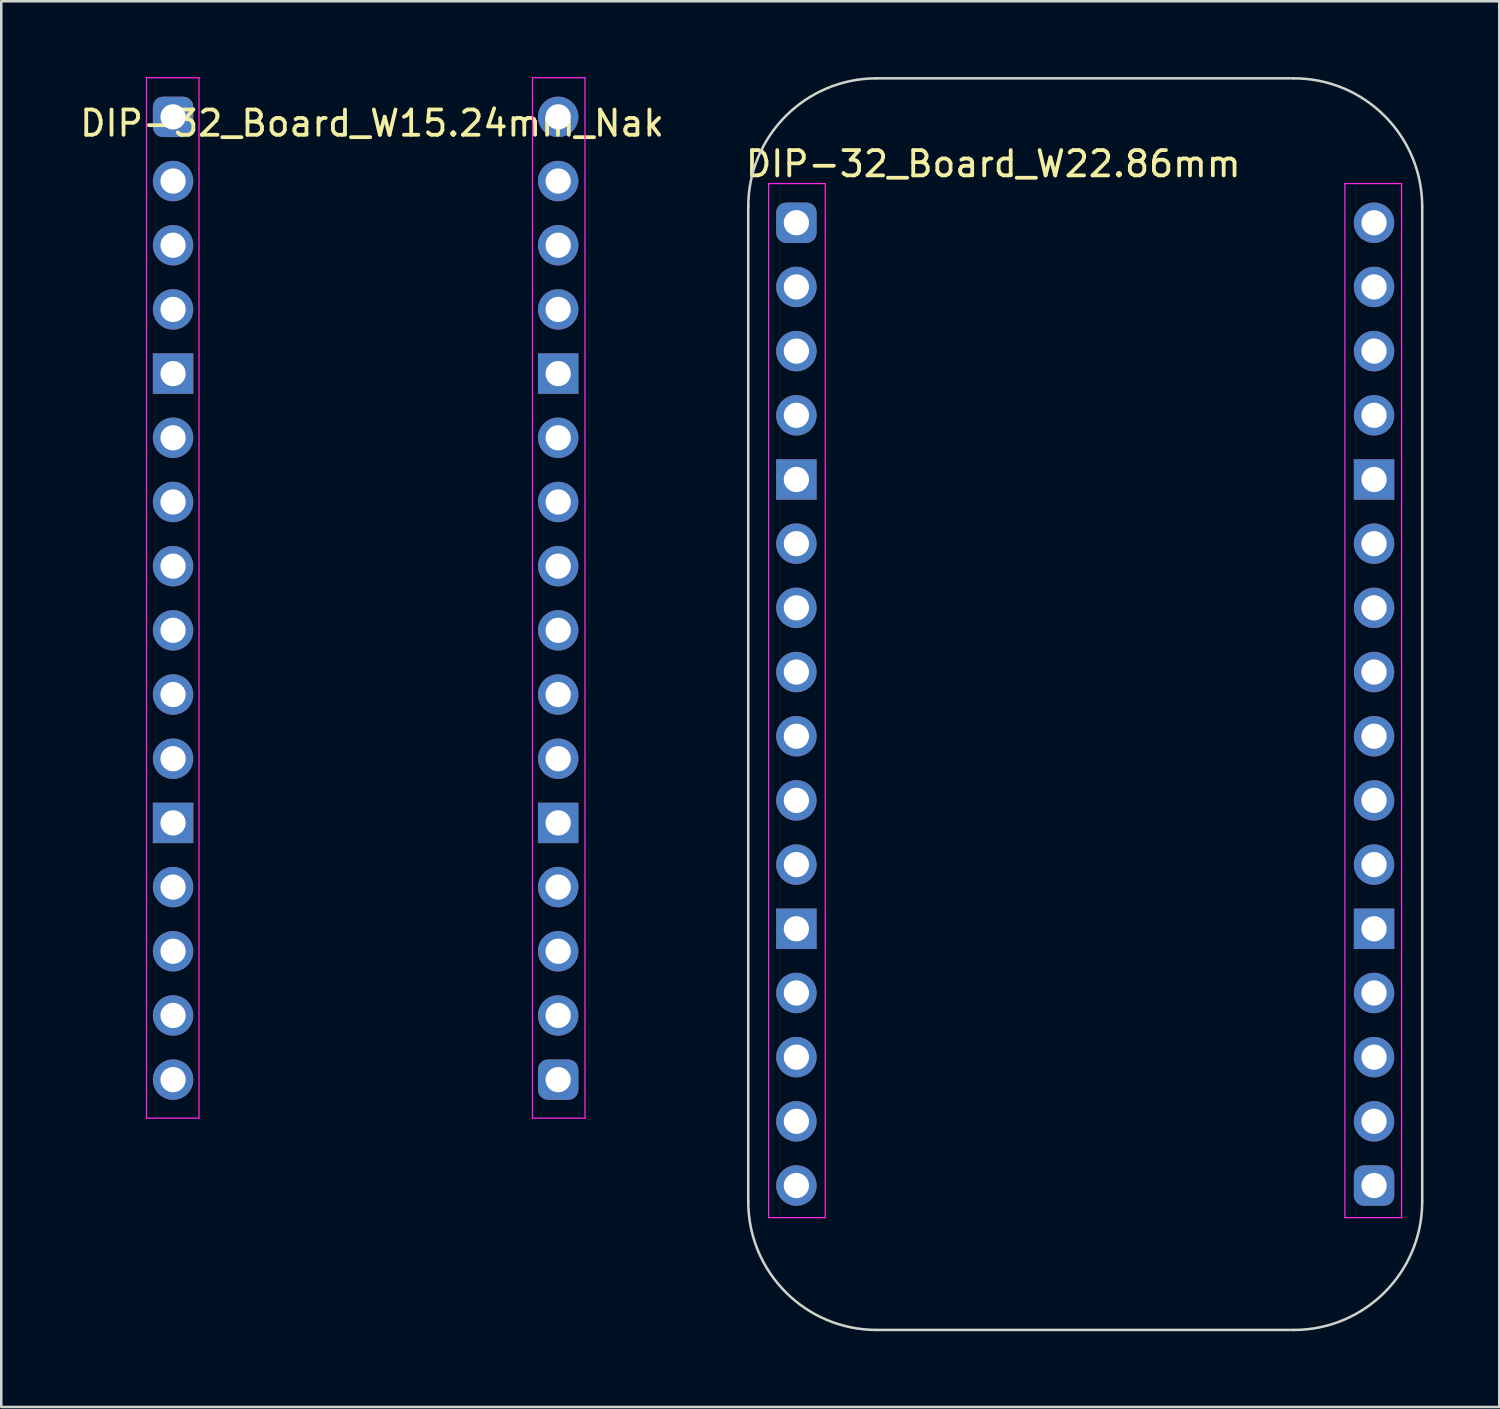
<source format=kicad_pcb>
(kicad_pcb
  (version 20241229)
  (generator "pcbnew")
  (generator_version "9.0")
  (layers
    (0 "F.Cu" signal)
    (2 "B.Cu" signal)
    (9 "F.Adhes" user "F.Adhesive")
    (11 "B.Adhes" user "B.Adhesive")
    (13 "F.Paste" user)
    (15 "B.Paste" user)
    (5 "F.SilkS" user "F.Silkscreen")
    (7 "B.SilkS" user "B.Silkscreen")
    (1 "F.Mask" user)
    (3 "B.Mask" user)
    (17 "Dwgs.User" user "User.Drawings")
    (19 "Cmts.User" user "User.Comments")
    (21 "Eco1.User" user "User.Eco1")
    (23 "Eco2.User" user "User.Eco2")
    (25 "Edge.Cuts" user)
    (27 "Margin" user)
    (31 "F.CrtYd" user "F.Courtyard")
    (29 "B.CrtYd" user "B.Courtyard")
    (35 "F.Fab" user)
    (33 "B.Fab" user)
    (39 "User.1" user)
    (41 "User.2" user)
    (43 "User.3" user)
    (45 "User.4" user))
  (footprint "DIP-32_Board_W22.86mm"
    (layer "F.Cu")
    (at 28.466 5.765)
    (property "Reference" "DIP-32_Board_W22.86mm" (at 7.79 -2.33 0) (layer "F.SilkS") (effects (font (size 1 1) (thickness 0.15))))
    (attr through_hole)
    (fp_line (start -1.905 -0.635) (end -1.905 38.735) (stroke (width 0.1) (type solid)) (layer "Edge.Cuts"))
    (fp_line (start 19.685 -5.715) (end 3.175 -5.715) (stroke (width 0.1) (type solid)) (layer "Edge.Cuts"))
    (fp_line (start 19.685 43.815) (end 3.175 43.815) (stroke (width 0.1) (type solid)) (layer "Edge.Cuts"))
    (fp_line (start 24.765 38.735) (end 24.765 -0.635) (stroke (width 0.1) (type solid)) (layer "Edge.Cuts"))
    (fp_arc (start -1.905 -0.635) (mid -0.417102 -4.227102) (end 3.175 -5.715) (stroke (width 0.1) (type solid)) (layer "Edge.Cuts"))
    (fp_arc (start 3.175 43.815) (mid -0.417102 42.327102) (end -1.905 38.735) (stroke (width 0.1) (type solid)) (layer "Edge.Cuts"))
    (fp_arc (start 19.685 -5.715) (mid 23.277102 -4.227102) (end 24.765 -0.635) (stroke (width 0.1) (type solid)) (layer "Edge.Cuts"))
    (fp_arc (start 24.765 38.735) (mid 23.277103 42.327103) (end 19.685 43.815) (stroke (width 0.1) (type solid)) (layer "Edge.Cuts"))
    (fp_line (start -1.1 -1.55) (end -1.1 39.37) (stroke (width 0.05) (type solid)) (layer "F.CrtYd"))
    (fp_line (start -1.1 39.37) (end 1.143 39.37) (stroke (width 0.05) (type solid)) (layer "F.CrtYd"))
    (fp_line (start 1.143 -1.55) (end -1.1 -1.55) (stroke (width 0.05) (type solid)) (layer "F.CrtYd"))
    (fp_line (start 1.143 39.37) (end 1.143 -1.55) (stroke (width 0.05) (type solid)) (layer "F.CrtYd"))
    (fp_line (start 21.707 -1.55) (end 21.707 39.37) (stroke (width 0.05) (type solid)) (layer "F.CrtYd"))
    (fp_line (start 21.707 39.37) (end 23.95 39.37) (stroke (width 0.05) (type solid)) (layer "F.CrtYd"))
    (fp_line (start 23.95 -1.55) (end 21.707 -1.55) (stroke (width 0.05) (type solid)) (layer "F.CrtYd"))
    (fp_line (start 23.95 39.37) (end 23.95 -1.55) (stroke (width 0.05) (type solid)) (layer "F.CrtYd"))
    (pad "1" thru_hole roundrect (at 0 0) (size 1.6 1.6) (drill 1) (layers "*.Cu" "*.Mask") (roundrect_rratio 0.25))
    (pad "2" thru_hole oval (at 0 2.54) (size 1.6 1.6) (drill 1) (layers "*.Cu" "*.Mask"))
    (pad "3" thru_hole oval (at 0 5.08) (size 1.6 1.6) (drill 1) (layers "*.Cu" "*.Mask"))
    (pad "4" thru_hole oval (at 0 7.62) (size 1.6 1.6) (drill 1) (layers "*.Cu" "*.Mask"))
    (pad "5" thru_hole rect (at 0 10.16) (size 1.6 1.6) (drill 1) (layers "*.Cu" "*.Mask"))
    (pad "6" thru_hole oval (at 0 12.7) (size 1.6 1.6) (drill 1) (layers "*.Cu" "*.Mask"))
    (pad "7" thru_hole oval (at 0 15.24) (size 1.6 1.6) (drill 1) (layers "*.Cu" "*.Mask"))
    (pad "8" thru_hole oval (at 0 17.78) (size 1.6 1.6) (drill 1) (layers "*.Cu" "*.Mask"))
    (pad "9" thru_hole oval (at 0 20.32) (size 1.6 1.6) (drill 1) (layers "*.Cu" "*.Mask"))
    (pad "10" thru_hole oval (at 0 22.86) (size 1.6 1.6) (drill 1) (layers "*.Cu" "*.Mask"))
    (pad "11" thru_hole oval (at 0 25.4) (size 1.6 1.6) (drill 1) (layers "*.Cu" "*.Mask"))
    (pad "12" thru_hole rect (at 0 27.94) (size 1.6 1.6) (drill 1) (layers "*.Cu" "*.Mask"))
    (pad "13" thru_hole oval (at 0 30.48) (size 1.6 1.6) (drill 1) (layers "*.Cu" "*.Mask"))
    (pad "14" thru_hole oval (at 0 33.02) (size 1.6 1.6) (drill 1) (layers "*.Cu" "*.Mask"))
    (pad "15" thru_hole oval (at 0 35.56) (size 1.6 1.6) (drill 1) (layers "*.Cu" "*.Mask"))
    (pad "16" thru_hole oval (at 0 38.1) (size 1.6 1.6) (drill 1) (layers "*.Cu" "*.Mask"))
    (pad "17" thru_hole roundrect (at 22.86 38.1) (size 1.6 1.6) (drill 1) (layers "*.Cu" "*.Mask") (roundrect_rratio 0.25))
    (pad "18" thru_hole oval (at 22.86 35.56) (size 1.6 1.6) (drill 1) (layers "*.Cu" "*.Mask"))
    (pad "19" thru_hole oval (at 22.86 33.02) (size 1.6 1.6) (drill 1) (layers "*.Cu" "*.Mask"))
    (pad "20" thru_hole oval (at 22.86 30.48) (size 1.6 1.6) (drill 1) (layers "*.Cu" "*.Mask"))
    (pad "21" thru_hole rect (at 22.86 27.94) (size 1.6 1.6) (drill 1) (layers "*.Cu" "*.Mask"))
    (pad "22" thru_hole oval (at 22.86 25.4) (size 1.6 1.6) (drill 1) (layers "*.Cu" "*.Mask"))
    (pad "23" thru_hole oval (at 22.86 22.86) (size 1.6 1.6) (drill 1) (layers "*.Cu" "*.Mask"))
    (pad "24" thru_hole oval (at 22.86 20.32) (size 1.6 1.6) (drill 1) (layers "*.Cu" "*.Mask"))
    (pad "25" thru_hole oval (at 22.86 17.78) (size 1.6 1.6) (drill 1) (layers "*.Cu" "*.Mask"))
    (pad "26" thru_hole oval (at 22.86 15.24) (size 1.6 1.6) (drill 1) (layers "*.Cu" "*.Mask"))
    (pad "27" thru_hole oval (at 22.86 12.7) (size 1.6 1.6) (drill 1) (layers "*.Cu" "*.Mask"))
    (pad "28" thru_hole rect (at 22.86 10.16) (size 1.6 1.6) (drill 1) (layers "*.Cu" "*.Mask"))
    (pad "29" thru_hole oval (at 22.86 7.62) (size 1.6 1.6) (drill 1) (layers "*.Cu" "*.Mask"))
    (pad "30" thru_hole oval (at 22.86 5.08) (size 1.6 1.6) (drill 1) (layers "*.Cu" "*.Mask"))
    (pad "31" thru_hole oval (at 22.86 2.54) (size 1.6 1.6) (drill 1) (layers "*.Cu" "*.Mask"))
    (pad "32" thru_hole oval (at 22.86 0) (size 1.6 1.6) (drill 1) (layers "*.Cu" "*.Mask")))
  (footprint "DIP-32_Board_W15.24mm_Nak"
    (layer "F.Cu")
    (at 3.799 1.575)
    (property "Reference" "DIP-32_Board_W15.24mm_Nak" (at 7.874 0.254 0) (layer "F.SilkS") (effects (font (size 1 1) (thickness 0.15))))
    (attr through_hole)
    (fp_line (start -1.05 -1.55) (end -1.05 39.624) (stroke (width 0.05) (type solid)) (layer "F.CrtYd"))
    (fp_line (start -1.05 39.624) (end 1.026 39.624) (stroke (width 0.05) (type solid)) (layer "F.CrtYd"))
    (fp_line (start 1.026 -1.55) (end -1.05 -1.55) (stroke (width 0.05) (type solid)) (layer "F.CrtYd"))
    (fp_line (start 1.026 39.624) (end 1.026 -1.55) (stroke (width 0.05) (type solid)) (layer "F.CrtYd"))
    (fp_line (start 14.224 39.624) (end 14.224 -1.55) (stroke (width 0.05) (type solid)) (layer "F.CrtYd"))
    (fp_line (start 14.224 39.624) (end 16.3 39.624) (stroke (width 0.05) (type solid)) (layer "F.CrtYd"))
    (fp_line (start 16.3 -1.55) (end 14.224 -1.55) (stroke (width 0.05) (type solid)) (layer "F.CrtYd"))
    (fp_line (start 16.3 39.624) (end 16.3 -1.55) (stroke (width 0.05) (type solid)) (layer "F.CrtYd"))
    (pad "1" thru_hole roundrect (at 0 0) (size 1.6 1.6) (drill 1) (layers "*.Cu" "*.Mask") (roundrect_rratio 0.25))
    (pad "2" thru_hole oval (at 0 2.54) (size 1.6 1.6) (drill 1) (layers "*.Cu" "*.Mask"))
    (pad "3" thru_hole oval (at 0 5.08) (size 1.6 1.6) (drill 1) (layers "*.Cu" "*.Mask"))
    (pad "4" thru_hole oval (at 0 7.62) (size 1.6 1.6) (drill 1) (layers "*.Cu" "*.Mask"))
    (pad "5" thru_hole rect (at 0 10.16) (size 1.6 1.6) (drill 1) (layers "*.Cu" "*.Mask"))
    (pad "6" thru_hole oval (at 0 12.7) (size 1.6 1.6) (drill 1) (layers "*.Cu" "*.Mask"))
    (pad "7" thru_hole oval (at 0 15.24) (size 1.6 1.6) (drill 1) (layers "*.Cu" "*.Mask"))
    (pad "8" thru_hole oval (at 0 17.78) (size 1.6 1.6) (drill 1) (layers "*.Cu" "*.Mask"))
    (pad "9" thru_hole oval (at 0 20.32) (size 1.6 1.6) (drill 1) (layers "*.Cu" "*.Mask"))
    (pad "10" thru_hole oval (at 0 22.86) (size 1.6 1.6) (drill 1) (layers "*.Cu" "*.Mask"))
    (pad "11" thru_hole oval (at 0 25.4) (size 1.6 1.6) (drill 1) (layers "*.Cu" "*.Mask"))
    (pad "12" thru_hole rect (at 0 27.94) (size 1.6 1.6) (drill 1) (layers "*.Cu" "*.Mask"))
    (pad "13" thru_hole oval (at 0 30.48) (size 1.6 1.6) (drill 1) (layers "*.Cu" "*.Mask"))
    (pad "14" thru_hole oval (at 0 33.02) (size 1.6 1.6) (drill 1) (layers "*.Cu" "*.Mask"))
    (pad "15" thru_hole oval (at 0 35.56) (size 1.6 1.6) (drill 1) (layers "*.Cu" "*.Mask"))
    (pad "16" thru_hole oval (at 0 38.1) (size 1.6 1.6) (drill 1) (layers "*.Cu" "*.Mask"))
    (pad "17" thru_hole roundrect (at 15.24 38.1) (size 1.6 1.6) (drill 1) (layers "*.Cu" "*.Mask") (roundrect_rratio 0.25))
    (pad "18" thru_hole oval (at 15.24 35.56 180) (size 1.6 1.6) (drill 1) (layers "*.Cu" "*.Mask"))
    (pad "19" thru_hole oval (at 15.24 33.02 180) (size 1.6 1.6) (drill 1) (layers "*.Cu" "*.Mask"))
    (pad "20" thru_hole oval (at 15.24 30.48 180) (size 1.6 1.6) (drill 1) (layers "*.Cu" "*.Mask"))
    (pad "21" thru_hole rect (at 15.24 27.94) (size 1.6 1.6) (drill 1) (layers "*.Cu" "*.Mask"))
    (pad "22" thru_hole oval (at 15.24 25.4) (size 1.6 1.6) (drill 1) (layers "*.Cu" "*.Mask"))
    (pad "23" thru_hole oval (at 15.24 22.86) (size 1.6 1.6) (drill 1) (layers "*.Cu" "*.Mask"))
    (pad "24" thru_hole oval (at 15.24 20.32) (size 1.6 1.6) (drill 1) (layers "*.Cu" "*.Mask"))
    (pad "25" thru_hole oval (at 15.24 17.78) (size 1.6 1.6) (drill 1) (layers "*.Cu" "*.Mask"))
    (pad "26" thru_hole oval (at 15.24 15.24) (size 1.6 1.6) (drill 1) (layers "*.Cu" "*.Mask"))
    (pad "27" thru_hole oval (at 15.24 12.7) (size 1.6 1.6) (drill 1) (layers "*.Cu" "*.Mask"))
    (pad "28" thru_hole rect (at 15.24 10.16) (size 1.6 1.6) (drill 1) (layers "*.Cu" "*.Mask"))
    (pad "29" thru_hole oval (at 15.24 7.62) (size 1.6 1.6) (drill 1) (layers "*.Cu" "*.Mask"))
    (pad "30" thru_hole oval (at 15.24 5.08) (size 1.6 1.6) (drill 1) (layers "*.Cu" "*.Mask"))
    (pad "31" thru_hole oval (at 15.24 2.54) (size 1.6 1.6) (drill 1) (layers "*.Cu" "*.Mask"))
    (pad "32" thru_hole oval (at 15.24 0) (size 1.6 1.6) (drill 1) (layers "*.Cu" "*.Mask")))
  (gr_rect
    (start -3 -3)
    (end 56.281 52.63)
    (stroke (width 0.1) (type default))
    (fill no)
    (layer "Edge.Cuts")))
</source>
